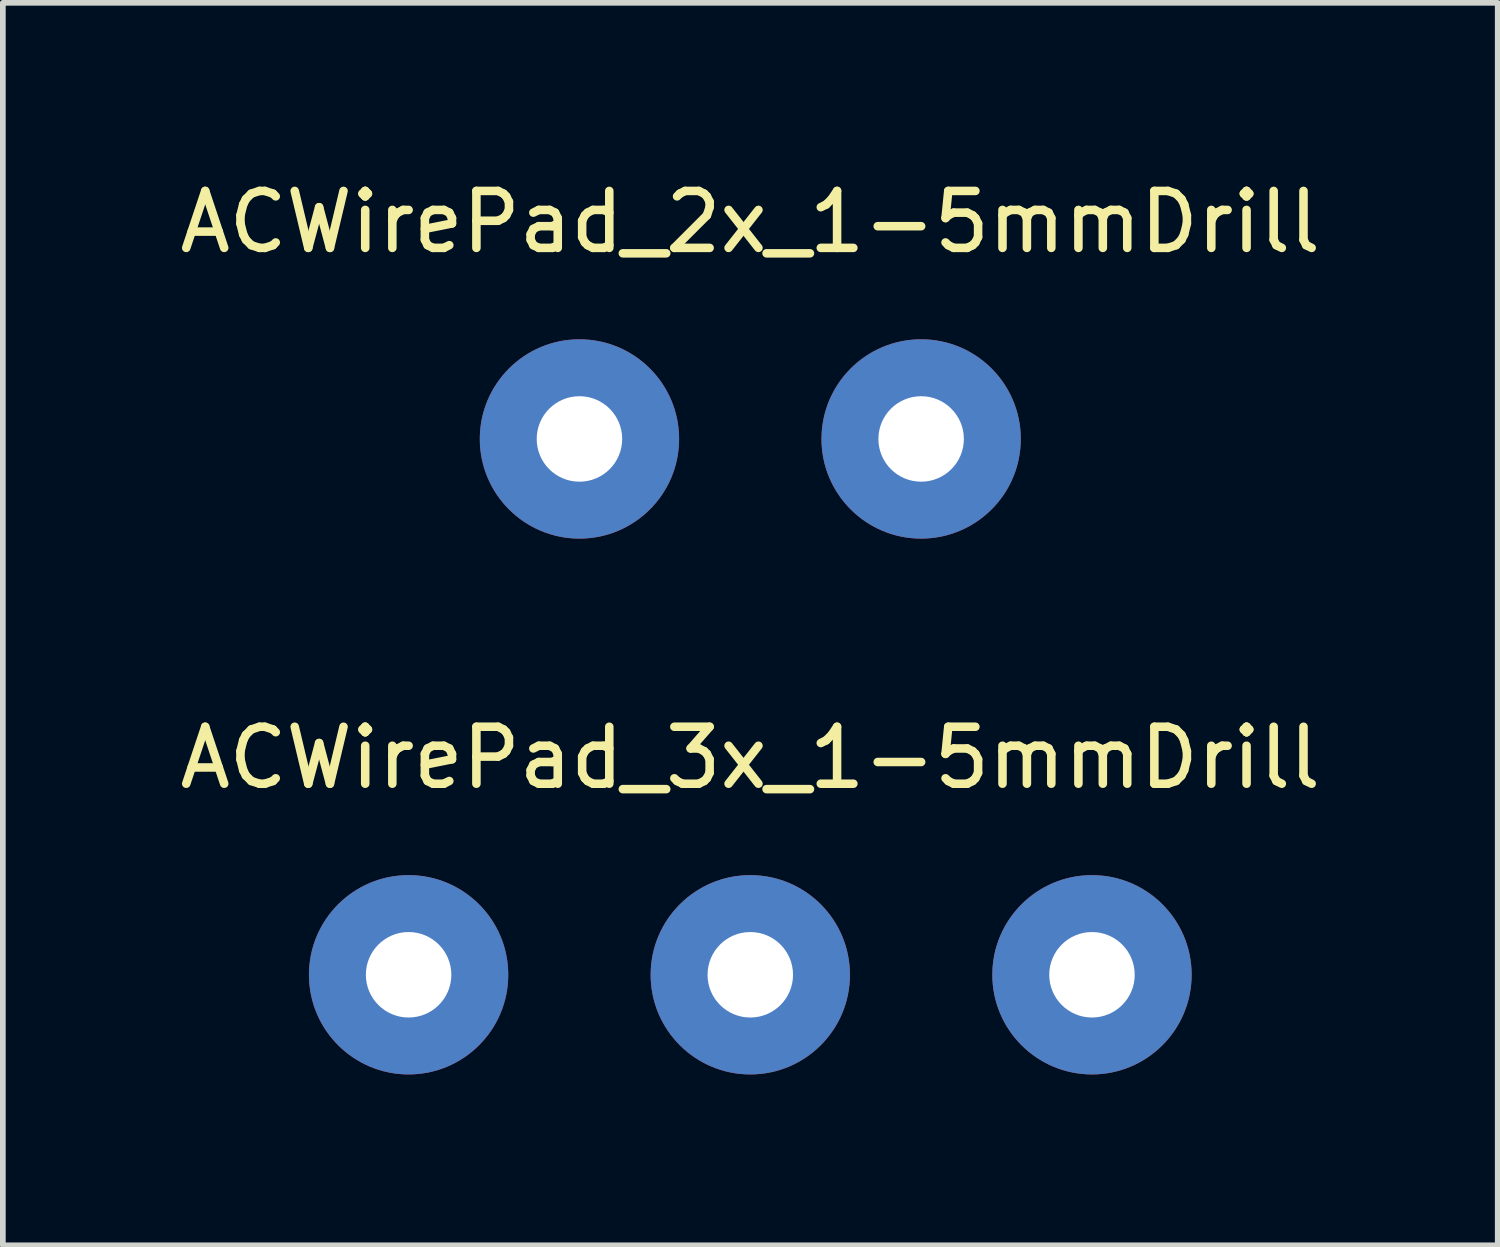
<source format=kicad_pcb>
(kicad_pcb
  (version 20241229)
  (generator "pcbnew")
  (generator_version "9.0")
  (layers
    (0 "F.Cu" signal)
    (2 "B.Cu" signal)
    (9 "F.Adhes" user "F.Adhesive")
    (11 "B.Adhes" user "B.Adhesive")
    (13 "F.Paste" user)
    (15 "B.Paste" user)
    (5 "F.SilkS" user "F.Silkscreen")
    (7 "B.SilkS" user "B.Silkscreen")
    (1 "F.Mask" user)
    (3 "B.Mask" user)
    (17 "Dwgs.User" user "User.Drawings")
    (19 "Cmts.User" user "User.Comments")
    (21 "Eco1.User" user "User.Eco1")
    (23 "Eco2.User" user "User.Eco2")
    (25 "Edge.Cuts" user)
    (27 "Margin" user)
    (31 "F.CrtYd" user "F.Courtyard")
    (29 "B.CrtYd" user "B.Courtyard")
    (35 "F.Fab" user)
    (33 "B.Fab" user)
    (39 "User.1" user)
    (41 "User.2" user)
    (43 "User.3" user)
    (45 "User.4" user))
  (footprint "ACWirePad_2x_1-5mmDrill"
    (layer "F.Cu")
    (at 10.125 4.658)
    (property "Reference" "ACWirePad_2x_1-5mmDrill" (at 0 -3.81 0) (layer "F.SilkS") (effects (font (size 1 1) (thickness 0.15))))
    (attr through_hole)
    (pad "1" thru_hole circle (at -3 0) (size 3.5 3.5) (drill 1.501) (layers "*.Cu" "*.Mask"))
    (pad "2" thru_hole circle (at 3 0) (size 3.5 3.5) (drill 1.501) (layers "*.Cu" "*.Mask")))
  (footprint "ACWirePad_3x_1-5mmDrill"
    (layer "F.Cu")
    (at 10.125 14.067)
    (property "Reference" "ACWirePad_3x_1-5mmDrill" (at 0 -3.81 0) (layer "F.SilkS") (effects (font (size 1 1) (thickness 0.15))))
    (attr through_hole)
    (pad "1" thru_hole circle (at -6 0) (size 3.5 3.5) (drill 1.501) (layers "*.Cu" "*.Mask"))
    (pad "2" thru_hole circle (at 0 0) (size 3.5 3.5) (drill 1.501) (layers "*.Cu" "*.Mask"))
    (pad "3" thru_hole circle (at 6 0) (size 3.5 3.5) (drill 1.501) (layers "*.Cu" "*.Mask")))
  (gr_rect
    (start -3 -3)
    (end 23.25 18.817)
    (stroke (width 0.1) (type default))
    (fill no)
    (layer "Edge.Cuts")))
</source>
